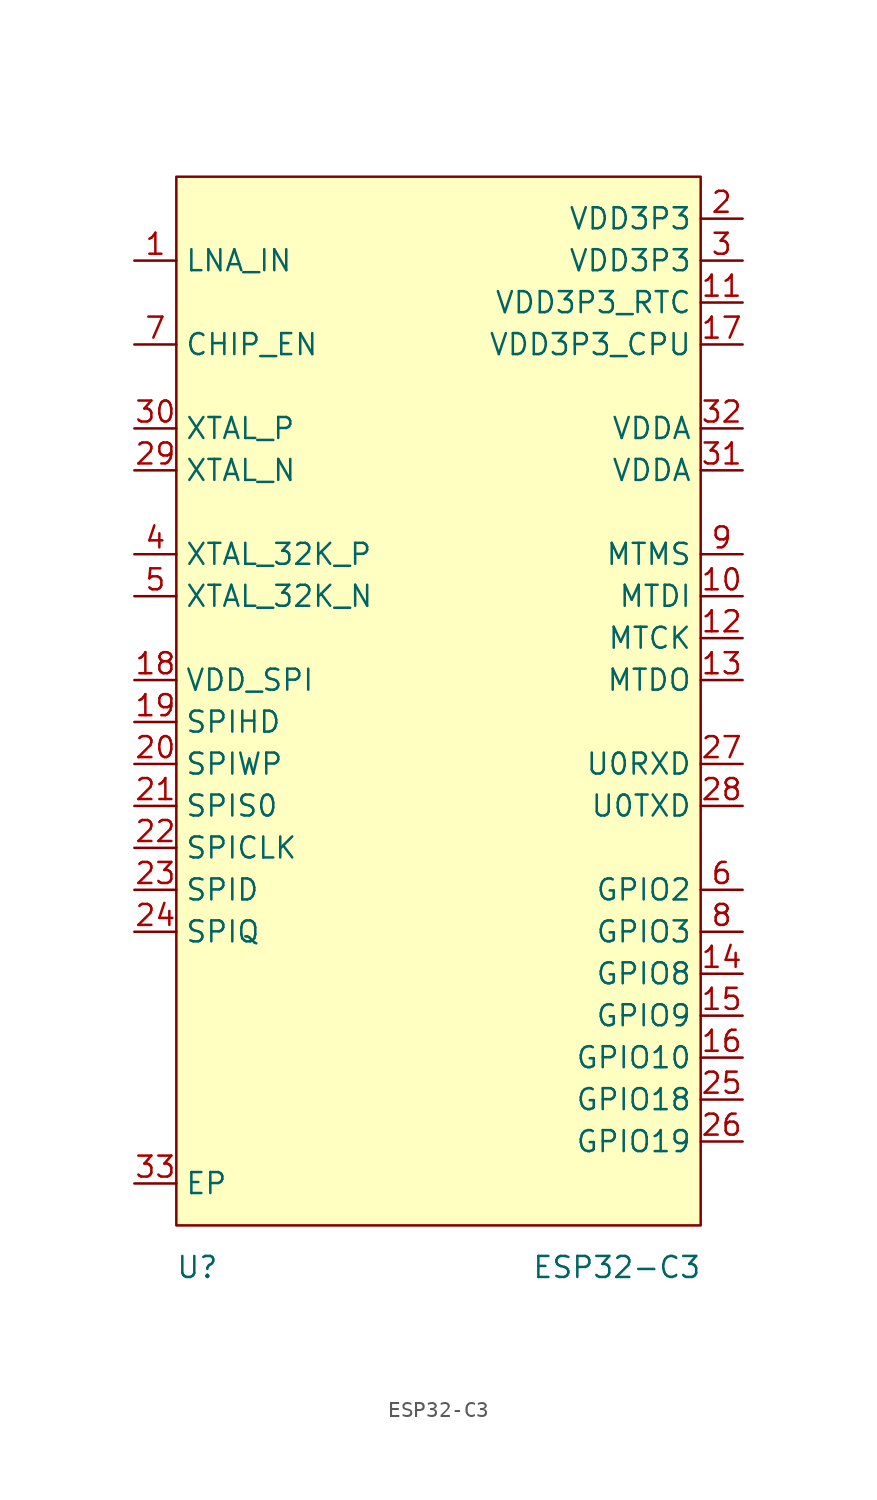
<source format=kicad_sym>
(kicad_symbol_lib
  (version 20220914)
  (generator kicad_symbol_editor)
  (symbol "ESP32-C3"
    (property "Reference" "U"
      (at -17.78 -40.64 0)
      (effects (font (size 1.27 1.27))))
    (property "Value" "ESP32-C3"
      (at 7.62 -40.64 0)
      (effects (font (size 1.27 1.27))))
    (symbol "ESP32-C3_0_1"
      (rectangle (start -19.05 25.4) (end 12.7 -38.1) (stroke (width 0) (type default)) (fill (type background))))
    (symbol "ESP32-C3_1_1"
      (pin bidirectional line (at -21.59 20.32 0) (length 2.54) (name "LNA_IN" (effects (font (size 1.27 1.27)))) (number "1" (effects (font (size 1.27 1.27)))))
      (pin bidirectional line (at 15.24 0 180) (length 2.54) (name "MTDI" (effects (font (size 1.27 1.27)))) (number "10" (effects (font (size 1.27 1.27)))))
      (pin power_in line (at 15.24 17.78 180) (length 2.54) (name "VDD3P3_RTC" (effects (font (size 1.27 1.27)))) (number "11" (effects (font (size 1.27 1.27)))))
      (pin bidirectional line (at 15.24 -2.54 180) (length 2.54) (name "MTCK" (effects (font (size 1.27 1.27)))) (number "12" (effects (font (size 1.27 1.27)))))
      (pin bidirectional line (at 15.24 -5.08 180) (length 2.54) (name "MTDO" (effects (font (size 1.27 1.27)))) (number "13" (effects (font (size 1.27 1.27)))))
      (pin bidirectional line (at 15.24 -22.86 180) (length 2.54) (name "GPIO8" (effects (font (size 1.27 1.27)))) (number "14" (effects (font (size 1.27 1.27)))))
      (pin bidirectional line (at 15.24 -25.4 180) (length 2.54) (name "GPIO9" (effects (font (size 1.27 1.27)))) (number "15" (effects (font (size 1.27 1.27)))))
      (pin bidirectional line (at 15.24 -27.94 180) (length 2.54) (name "GPIO10" (effects (font (size 1.27 1.27)))) (number "16" (effects (font (size 1.27 1.27)))))
      (pin power_in line (at 15.24 15.24 180) (length 2.54) (name "VDD3P3_CPU" (effects (font (size 1.27 1.27)))) (number "17" (effects (font (size 1.27 1.27)))))
      (pin power_in line (at -21.59 -5.08 0) (length 2.54) (name "VDD_SPI" (effects (font (size 1.27 1.27)))) (number "18" (effects (font (size 1.27 1.27)))))
      (pin bidirectional line (at -21.59 -7.62 0) (length 2.54) (name "SPIHD" (effects (font (size 1.27 1.27)))) (number "19" (effects (font (size 1.27 1.27)))))
      (pin power_in line (at 15.24 22.86 180) (length 2.54) (name "VDD3P3" (effects (font (size 1.27 1.27)))) (number "2" (effects (font (size 1.27 1.27)))))
      (pin bidirectional line (at -21.59 -10.16 0) (length 2.54) (name "SPIWP" (effects (font (size 1.27 1.27)))) (number "20" (effects (font (size 1.27 1.27)))))
      (pin bidirectional line (at -21.59 -12.7 0) (length 2.54) (name "SPIS0" (effects (font (size 1.27 1.27)))) (number "21" (effects (font (size 1.27 1.27)))))
      (pin bidirectional line (at -21.59 -15.24 0) (length 2.54) (name "SPICLK" (effects (font (size 1.27 1.27)))) (number "22" (effects (font (size 1.27 1.27)))))
      (pin bidirectional line (at -21.59 -17.78 0) (length 2.54) (name "SPID" (effects (font (size 1.27 1.27)))) (number "23" (effects (font (size 1.27 1.27)))))
      (pin bidirectional line (at -21.59 -20.32 0) (length 2.54) (name "SPIQ" (effects (font (size 1.27 1.27)))) (number "24" (effects (font (size 1.27 1.27)))))
      (pin bidirectional line (at 15.24 -30.48 180) (length 2.54) (name "GPIO18" (effects (font (size 1.27 1.27)))) (number "25" (effects (font (size 1.27 1.27)))))
      (pin bidirectional line (at 15.24 -33.02 180) (length 2.54) (name "GPIO19" (effects (font (size 1.27 1.27)))) (number "26" (effects (font (size 1.27 1.27)))))
      (pin input line (at 15.24 -10.16 180) (length 2.54) (name "U0RXD" (effects (font (size 1.27 1.27)))) (number "27" (effects (font (size 1.27 1.27)))))
      (pin output line (at 15.24 -12.7 180) (length 2.54) (name "U0TXD" (effects (font (size 1.27 1.27)))) (number "28" (effects (font (size 1.27 1.27)))))
      (pin bidirectional line (at -21.59 7.62 0) (length 2.54) (name "XTAL_N" (effects (font (size 1.27 1.27)))) (number "29" (effects (font (size 1.27 1.27)))))
      (pin power_in line (at 15.24 20.32 180) (length 2.54) (name "VDD3P3" (effects (font (size 1.27 1.27)))) (number "3" (effects (font (size 1.27 1.27)))))
      (pin bidirectional line (at -21.59 10.16 0) (length 2.54) (name "XTAL_P" (effects (font (size 1.27 1.27)))) (number "30" (effects (font (size 1.27 1.27)))))
      (pin power_in line (at 15.24 7.62 180) (length 2.54) (name "VDDA" (effects (font (size 1.27 1.27)))) (number "31" (effects (font (size 1.27 1.27)))))
      (pin power_in line (at 15.24 10.16 180) (length 2.54) (name "VDDA" (effects (font (size 1.27 1.27)))) (number "32" (effects (font (size 1.27 1.27)))))
      (pin power_in line (at -21.59 -35.56 0) (length 2.54) (name "EP" (effects (font (size 1.27 1.27)))) (number "33" (effects (font (size 1.27 1.27)))))
      (pin bidirectional line (at -21.59 2.54 0) (length 2.54) (name "XTAL_32K_P" (effects (font (size 1.27 1.27)))) (number "4" (effects (font (size 1.27 1.27)))))
      (pin bidirectional line (at -21.59 0 0) (length 2.54) (name "XTAL_32K_N" (effects (font (size 1.27 1.27)))) (number "5" (effects (font (size 1.27 1.27)))))
      (pin bidirectional line (at 15.24 -17.78 180) (length 2.54) (name "GPIO2" (effects (font (size 1.27 1.27)))) (number "6" (effects (font (size 1.27 1.27)))))
      (pin input line (at -21.59 15.24 0) (length 2.54) (name "CHIP_EN" (effects (font (size 1.27 1.27)))) (number "7" (effects (font (size 1.27 1.27)))))
      (pin bidirectional line (at 15.24 -20.32 180) (length 2.54) (name "GPIO3" (effects (font (size 1.27 1.27)))) (number "8" (effects (font (size 1.27 1.27)))))
      (pin bidirectional line (at 15.24 2.54 180) (length 2.54) (name "MTMS" (effects (font (size 1.27 1.27)))) (number "9" (effects (font (size 1.27 1.27))))))))
</source>
